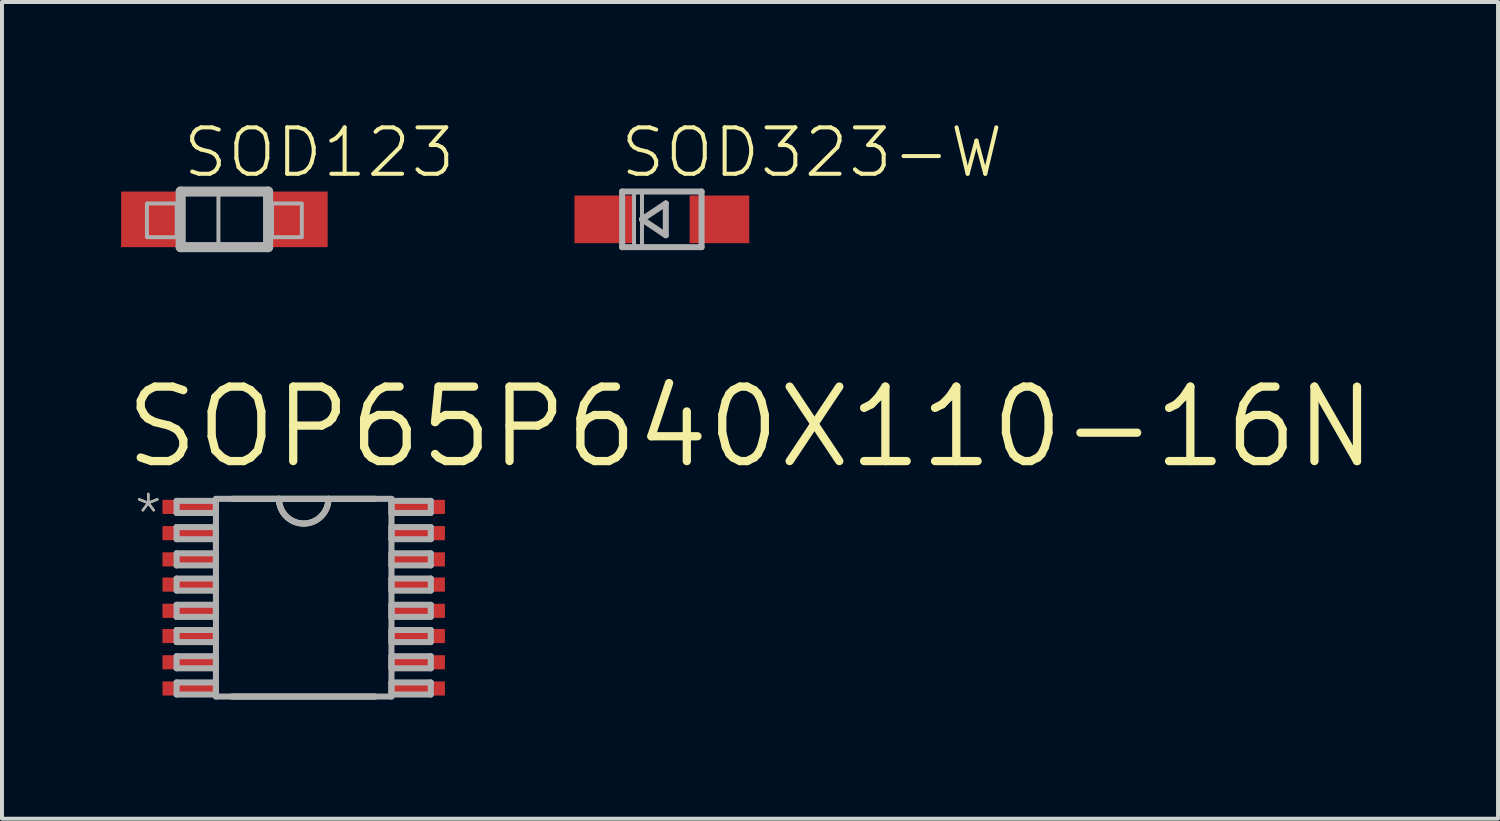
<source format=kicad_pcb>
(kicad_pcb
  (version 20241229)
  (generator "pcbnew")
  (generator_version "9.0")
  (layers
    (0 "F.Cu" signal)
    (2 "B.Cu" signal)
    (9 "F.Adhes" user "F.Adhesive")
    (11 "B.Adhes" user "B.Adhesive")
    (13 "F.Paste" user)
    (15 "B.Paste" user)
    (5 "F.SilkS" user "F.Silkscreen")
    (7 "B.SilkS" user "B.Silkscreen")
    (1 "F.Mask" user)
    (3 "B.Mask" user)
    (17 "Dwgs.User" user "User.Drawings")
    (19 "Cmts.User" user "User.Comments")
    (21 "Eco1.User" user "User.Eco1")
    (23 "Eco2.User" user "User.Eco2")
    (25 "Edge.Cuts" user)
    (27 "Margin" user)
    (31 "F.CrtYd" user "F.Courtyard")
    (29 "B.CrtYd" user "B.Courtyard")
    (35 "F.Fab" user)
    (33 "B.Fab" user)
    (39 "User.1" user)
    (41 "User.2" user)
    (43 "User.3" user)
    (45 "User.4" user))
  (footprint "SOD123"
    (layer "F.Cu")
    (at 2.6 2.473)
    (property "Reference" "SOD123" (at -1.1 -1 0) (layer "F.SilkS") (effects (font (size 1.168 1.168) (thickness 0.102)) (justify left bottom)))
    (fp_line (start -1.1 -0.7) (end 1.1 -0.7) (stroke (width 0.254) (type solid)) (layer "F.Fab"))
    (fp_line (start -1.1 0.7) (end -1.1 -0.7) (stroke (width 0.254) (type solid)) (layer "F.Fab"))
    (fp_line (start 1.1 -0.7) (end 1.1 0.7) (stroke (width 0.254) (type solid)) (layer "F.Fab"))
    (fp_line (start 1.1 0.7) (end -1.1 0.7) (stroke (width 0.254) (type solid)) (layer "F.Fab"))
    (fp_poly (pts (xy -1.95 0.45) (xy -1.2 0.45) (xy -1.2 -0.4) (xy -1.95 -0.4)) (stroke (width 0.1) (type solid)) (fill no) (layer "F.Fab"))
    (fp_poly (pts (xy -1.05 0.65) (xy -0.15 0.65) (xy -0.15 -0.7) (xy -1.05 -0.7)) (stroke (width 0.1) (type solid)) (fill no) (layer "F.Fab"))
    (fp_poly (pts (xy 1.2 0.45) (xy 1.95 0.45) (xy 1.95 -0.4) (xy 1.2 -0.4)) (stroke (width 0.1) (type solid)) (fill no) (layer "F.Fab"))
    (pad "A" smd rect (at 1.9 0) (size 1.4 1.4) (layers "F.Cu" "F.Mask" "F.Paste"))
    (pad "C" smd rect (at -1.9 0) (size 1.4 1.4) (layers "F.Cu" "F.Mask" "F.Paste")))
  (footprint "SOP65P640X110-16N"
    (layer "F.Cu")
    (at 4.597 12)
    (property "Reference" "SOP65P640X110-16N" (at -4.597 -3.2 0) (layer "F.SilkS") (effects (font (size 1.875 1.875) (thickness 0.208)) (justify left bottom)))
    (fp_line (start -1.803 2.489) (end 1.803 2.489) (stroke (width 0.152) (type solid)) (layer "F.SilkS"))
    (fp_line (start -0.622 -2.489) (end -1.803 -2.489) (stroke (width 0.152) (type solid)) (layer "F.SilkS"))
    (fp_line (start 0.622 -2.489) (end -0.622 -2.489) (stroke (width 0.152) (type solid)) (layer "F.SilkS"))
    (fp_line (start 1.803 -2.489) (end 0.622 -2.489) (stroke (width 0.152) (type solid)) (layer "F.SilkS"))
    (fp_arc (start 0.6223 -2.4892) (mid 0 -1.8669) (end -0.6223 -2.4892) (stroke (width 0.1524) (type solid)) (layer "F.SilkS"))
    (fp_line (start -3.2 -2.438) (end -3.2 -2.134) (stroke (width 0.152) (type solid)) (layer "F.Fab"))
    (fp_line (start -3.2 -2.134) (end -2.21 -2.134) (stroke (width 0.152) (type solid)) (layer "F.Fab"))
    (fp_line (start -3.2 -1.778) (end -3.2 -1.473) (stroke (width 0.152) (type solid)) (layer "F.Fab"))
    (fp_line (start -3.2 -1.473) (end -2.21 -1.473) (stroke (width 0.152) (type solid)) (layer "F.Fab"))
    (fp_line (start -3.2 -1.118) (end -3.2 -0.813) (stroke (width 0.152) (type solid)) (layer "F.Fab"))
    (fp_line (start -3.2 -0.813) (end -2.21 -0.813) (stroke (width 0.152) (type solid)) (layer "F.Fab"))
    (fp_line (start -3.2 -0.483) (end -3.2 -0.178) (stroke (width 0.152) (type solid)) (layer "F.Fab"))
    (fp_line (start -3.2 -0.178) (end -2.21 -0.178) (stroke (width 0.152) (type solid)) (layer "F.Fab"))
    (fp_line (start -3.2 0.178) (end -3.2 0.483) (stroke (width 0.152) (type solid)) (layer "F.Fab"))
    (fp_line (start -3.2 0.483) (end -2.21 0.483) (stroke (width 0.152) (type solid)) (layer "F.Fab"))
    (fp_line (start -3.2 0.813) (end -3.2 1.118) (stroke (width 0.152) (type solid)) (layer "F.Fab"))
    (fp_line (start -3.2 1.118) (end -2.21 1.118) (stroke (width 0.152) (type solid)) (layer "F.Fab"))
    (fp_line (start -3.2 1.473) (end -3.2 1.778) (stroke (width 0.152) (type solid)) (layer "F.Fab"))
    (fp_line (start -3.2 1.778) (end -2.21 1.778) (stroke (width 0.152) (type solid)) (layer "F.Fab"))
    (fp_line (start -3.2 2.134) (end -3.2 2.438) (stroke (width 0.152) (type solid)) (layer "F.Fab"))
    (fp_line (start -3.2 2.438) (end -2.21 2.438) (stroke (width 0.152) (type solid)) (layer "F.Fab"))
    (fp_line (start -2.21 -2.489) (end -2.21 2.489) (stroke (width 0.152) (type solid)) (layer "F.Fab"))
    (fp_line (start -2.21 -2.438) (end -3.2 -2.438) (stroke (width 0.152) (type solid)) (layer "F.Fab"))
    (fp_line (start -2.21 -2.134) (end -2.21 -2.438) (stroke (width 0.152) (type solid)) (layer "F.Fab"))
    (fp_line (start -2.21 -1.778) (end -3.2 -1.778) (stroke (width 0.152) (type solid)) (layer "F.Fab"))
    (fp_line (start -2.21 -1.473) (end -2.21 -1.778) (stroke (width 0.152) (type solid)) (layer "F.Fab"))
    (fp_line (start -2.21 -1.118) (end -3.2 -1.118) (stroke (width 0.152) (type solid)) (layer "F.Fab"))
    (fp_line (start -2.21 -0.813) (end -2.21 -1.118) (stroke (width 0.152) (type solid)) (layer "F.Fab"))
    (fp_line (start -2.21 -0.483) (end -3.2 -0.483) (stroke (width 0.152) (type solid)) (layer "F.Fab"))
    (fp_line (start -2.21 -0.178) (end -2.21 -0.483) (stroke (width 0.152) (type solid)) (layer "F.Fab"))
    (fp_line (start -2.21 0.178) (end -3.2 0.178) (stroke (width 0.152) (type solid)) (layer "F.Fab"))
    (fp_line (start -2.21 0.483) (end -2.21 0.178) (stroke (width 0.152) (type solid)) (layer "F.Fab"))
    (fp_line (start -2.21 0.813) (end -3.2 0.813) (stroke (width 0.152) (type solid)) (layer "F.Fab"))
    (fp_line (start -2.21 1.118) (end -2.21 0.813) (stroke (width 0.152) (type solid)) (layer "F.Fab"))
    (fp_line (start -2.21 1.473) (end -3.2 1.473) (stroke (width 0.152) (type solid)) (layer "F.Fab"))
    (fp_line (start -2.21 1.778) (end -2.21 1.473) (stroke (width 0.152) (type solid)) (layer "F.Fab"))
    (fp_line (start -2.21 2.134) (end -3.2 2.134) (stroke (width 0.152) (type solid)) (layer "F.Fab"))
    (fp_line (start -2.21 2.438) (end -2.21 2.134) (stroke (width 0.152) (type solid)) (layer "F.Fab"))
    (fp_line (start -2.21 2.489) (end 2.21 2.489) (stroke (width 0.152) (type solid)) (layer "F.Fab"))
    (fp_line (start -0.622 -2.489) (end -2.21 -2.489) (stroke (width 0.152) (type solid)) (layer "F.Fab"))
    (fp_line (start 0.622 -2.489) (end -0.622 -2.489) (stroke (width 0.152) (type solid)) (layer "F.Fab"))
    (fp_line (start 2.21 -2.489) (end 0.622 -2.489) (stroke (width 0.152) (type solid)) (layer "F.Fab"))
    (fp_line (start 2.21 -2.438) (end 2.21 -2.134) (stroke (width 0.152) (type solid)) (layer "F.Fab"))
    (fp_line (start 2.21 -2.134) (end 3.2 -2.134) (stroke (width 0.152) (type solid)) (layer "F.Fab"))
    (fp_line (start 2.21 -1.778) (end 2.21 -1.473) (stroke (width 0.152) (type solid)) (layer "F.Fab"))
    (fp_line (start 2.21 -1.473) (end 3.2 -1.473) (stroke (width 0.152) (type solid)) (layer "F.Fab"))
    (fp_line (start 2.21 -1.118) (end 2.21 -0.813) (stroke (width 0.152) (type solid)) (layer "F.Fab"))
    (fp_line (start 2.21 -0.813) (end 3.2 -0.813) (stroke (width 0.152) (type solid)) (layer "F.Fab"))
    (fp_line (start 2.21 -0.483) (end 2.21 -0.178) (stroke (width 0.152) (type solid)) (layer "F.Fab"))
    (fp_line (start 2.21 -0.178) (end 3.2 -0.178) (stroke (width 0.152) (type solid)) (layer "F.Fab"))
    (fp_line (start 2.21 0.178) (end 2.21 0.483) (stroke (width 0.152) (type solid)) (layer "F.Fab"))
    (fp_line (start 2.21 0.483) (end 3.2 0.483) (stroke (width 0.152) (type solid)) (layer "F.Fab"))
    (fp_line (start 2.21 0.813) (end 2.21 1.118) (stroke (width 0.152) (type solid)) (layer "F.Fab"))
    (fp_line (start 2.21 1.118) (end 3.2 1.118) (stroke (width 0.152) (type solid)) (layer "F.Fab"))
    (fp_line (start 2.21 1.473) (end 2.21 1.778) (stroke (width 0.152) (type solid)) (layer "F.Fab"))
    (fp_line (start 2.21 1.778) (end 3.2 1.778) (stroke (width 0.152) (type solid)) (layer "F.Fab"))
    (fp_line (start 2.21 2.134) (end 2.21 2.438) (stroke (width 0.152) (type solid)) (layer "F.Fab"))
    (fp_line (start 2.21 2.438) (end 3.2 2.438) (stroke (width 0.152) (type solid)) (layer "F.Fab"))
    (fp_line (start 2.21 2.489) (end 2.21 -2.489) (stroke (width 0.152) (type solid)) (layer "F.Fab"))
    (fp_line (start 3.2 -2.438) (end 2.21 -2.438) (stroke (width 0.152) (type solid)) (layer "F.Fab"))
    (fp_line (start 3.2 -2.134) (end 3.2 -2.438) (stroke (width 0.152) (type solid)) (layer "F.Fab"))
    (fp_line (start 3.2 -1.778) (end 2.21 -1.778) (stroke (width 0.152) (type solid)) (layer "F.Fab"))
    (fp_line (start 3.2 -1.473) (end 3.2 -1.778) (stroke (width 0.152) (type solid)) (layer "F.Fab"))
    (fp_line (start 3.2 -1.118) (end 2.21 -1.118) (stroke (width 0.152) (type solid)) (layer "F.Fab"))
    (fp_line (start 3.2 -0.813) (end 3.2 -1.118) (stroke (width 0.152) (type solid)) (layer "F.Fab"))
    (fp_line (start 3.2 -0.483) (end 2.21 -0.483) (stroke (width 0.152) (type solid)) (layer "F.Fab"))
    (fp_line (start 3.2 -0.178) (end 3.2 -0.483) (stroke (width 0.152) (type solid)) (layer "F.Fab"))
    (fp_line (start 3.2 0.178) (end 2.21 0.178) (stroke (width 0.152) (type solid)) (layer "F.Fab"))
    (fp_line (start 3.2 0.483) (end 3.2 0.178) (stroke (width 0.152) (type solid)) (layer "F.Fab"))
    (fp_line (start 3.2 0.813) (end 2.21 0.813) (stroke (width 0.152) (type solid)) (layer "F.Fab"))
    (fp_line (start 3.2 1.118) (end 3.2 0.813) (stroke (width 0.152) (type solid)) (layer "F.Fab"))
    (fp_line (start 3.2 1.473) (end 2.21 1.473) (stroke (width 0.152) (type solid)) (layer "F.Fab"))
    (fp_line (start 3.2 1.778) (end 3.2 1.473) (stroke (width 0.152) (type solid)) (layer "F.Fab"))
    (fp_line (start 3.2 2.134) (end 2.21 2.134) (stroke (width 0.152) (type solid)) (layer "F.Fab"))
    (fp_line (start 3.2 2.438) (end 3.2 2.134) (stroke (width 0.152) (type solid)) (layer "F.Fab"))
    (fp_arc (start 0.6223 -2.4892) (mid 0 -1.8669) (end -0.6223 -2.4892) (stroke (width 0.1524) (type solid)) (layer "F.Fab"))
    (fp_text user "*" (at -4.318 -1.537 0) (layer "F.SilkS") (effects (font (size 0.955 0.955) (thickness 0.061)) (justify left bottom)))
    (fp_text user "*" (at -4.318 -1.537 0) (layer "F.Fab") (effects (font (size 0.955 0.955) (thickness 0.061)) (justify left bottom)))
    (pad "1" smd rect (at -2.845 -2.286) (size 1.422 0.356) (layers "F.Cu" "F.Mask" "F.Paste"))
    (pad "2" smd rect (at -2.845 -1.626) (size 1.422 0.356) (layers "F.Cu" "F.Mask" "F.Paste"))
    (pad "3" smd rect (at -2.845 -0.965) (size 1.422 0.356) (layers "F.Cu" "F.Mask" "F.Paste"))
    (pad "4" smd rect (at -2.845 -0.33) (size 1.422 0.356) (layers "F.Cu" "F.Mask" "F.Paste"))
    (pad "5" smd rect (at -2.845 0.33) (size 1.422 0.356) (layers "F.Cu" "F.Mask" "F.Paste"))
    (pad "6" smd rect (at -2.845 0.965) (size 1.422 0.356) (layers "F.Cu" "F.Mask" "F.Paste"))
    (pad "7" smd rect (at -2.845 1.626) (size 1.422 0.356) (layers "F.Cu" "F.Mask" "F.Paste"))
    (pad "8" smd rect (at -2.845 2.286) (size 1.422 0.356) (layers "F.Cu" "F.Mask" "F.Paste"))
    (pad "9" smd rect (at 2.845 2.286) (size 1.422 0.356) (layers "F.Cu" "F.Mask" "F.Paste"))
    (pad "10" smd rect (at 2.845 1.626) (size 1.422 0.356) (layers "F.Cu" "F.Mask" "F.Paste"))
    (pad "11" smd rect (at 2.845 0.965) (size 1.422 0.356) (layers "F.Cu" "F.Mask" "F.Paste"))
    (pad "12" smd rect (at 2.845 0.33) (size 1.422 0.356) (layers "F.Cu" "F.Mask" "F.Paste"))
    (pad "13" smd rect (at 2.845 -0.33) (size 1.422 0.356) (layers "F.Cu" "F.Mask" "F.Paste"))
    (pad "14" smd rect (at 2.845 -0.965) (size 1.422 0.356) (layers "F.Cu" "F.Mask" "F.Paste"))
    (pad "15" smd rect (at 2.845 -1.626) (size 1.422 0.356) (layers "F.Cu" "F.Mask" "F.Paste"))
    (pad "16" smd rect (at 2.845 -2.286) (size 1.422 0.356) (layers "F.Cu" "F.Mask" "F.Paste")))
  (footprint "SOD323-W"
    (layer "F.Cu")
    (at 13.615 2.473)
    (property "Reference" "SOD323-W" (at -1.1 -1 0) (layer "F.SilkS") (effects (font (size 1.168 1.168) (thickness 0.102)) (justify left bottom)))
    (fp_line (start -1 -0.7) (end 1 -0.7) (stroke (width 0.152) (type solid)) (layer "F.Fab"))
    (fp_line (start -1 0.7) (end -1 -0.7) (stroke (width 0.152) (type solid)) (layer "F.Fab"))
    (fp_line (start -0.5 0) (end 0.1 -0.4) (stroke (width 0.152) (type solid)) (layer "F.Fab"))
    (fp_line (start 0.1 -0.4) (end 0.1 0.4) (stroke (width 0.152) (type solid)) (layer "F.Fab"))
    (fp_line (start 0.1 0.4) (end -0.5 0) (stroke (width 0.152) (type solid)) (layer "F.Fab"))
    (fp_line (start 1 -0.7) (end 1 0.7) (stroke (width 0.152) (type solid)) (layer "F.Fab"))
    (fp_line (start 1 0.7) (end -1 0.7) (stroke (width 0.152) (type solid)) (layer "F.Fab"))
    (fp_poly (pts (xy -0.7 0.7) (xy -0.5 0.7) (xy -0.5 -0.7) (xy -0.7 -0.7)) (stroke (width 0.1) (type solid)) (fill no) (layer "F.Fab"))
    (pad "A" smd rect (at 1.45 0) (size 1.5 1.2) (layers "F.Cu" "F.Mask" "F.Paste"))
    (pad "C" smd rect (at -1.45 0) (size 1.5 1.2) (layers "F.Cu" "F.Mask" "F.Paste")))
  (gr_rect
    (start -3 -3)
    (end 34.67 17.565)
    (stroke (width 0.1) (type default))
    (fill no)
    (layer "Edge.Cuts")))
</source>
